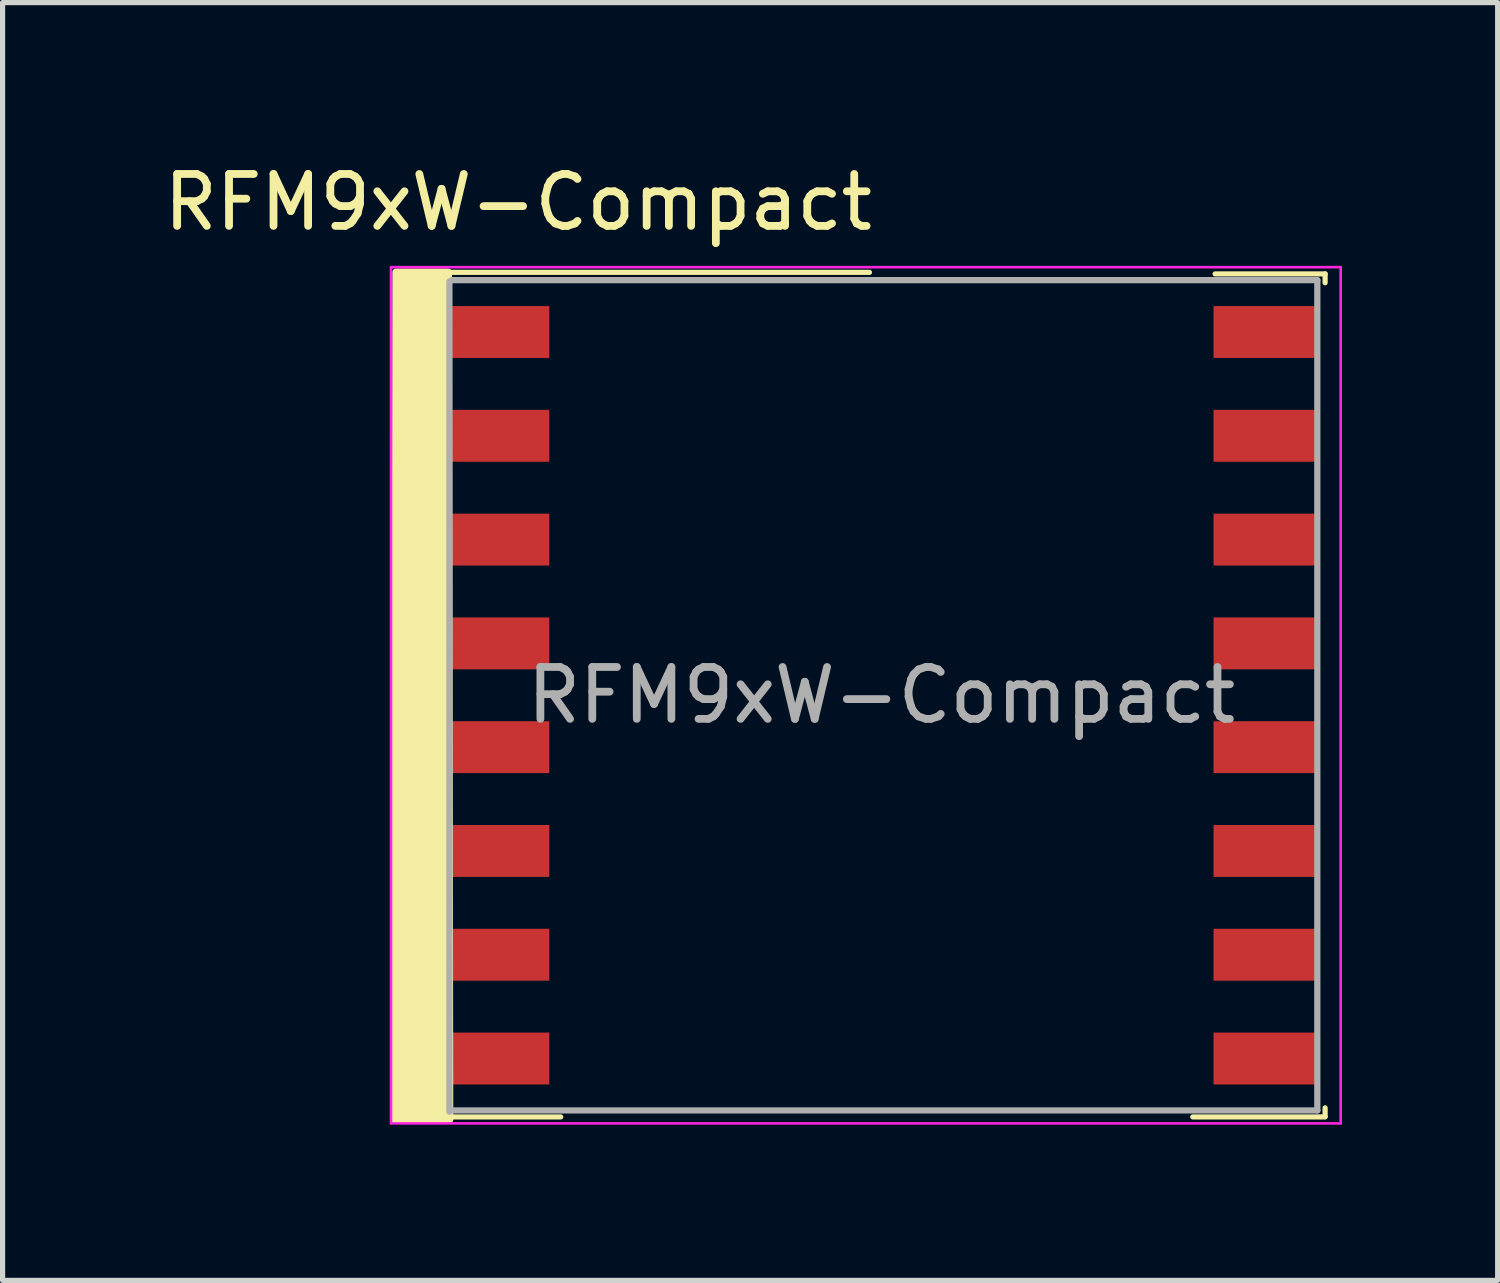
<source format=kicad_pcb>
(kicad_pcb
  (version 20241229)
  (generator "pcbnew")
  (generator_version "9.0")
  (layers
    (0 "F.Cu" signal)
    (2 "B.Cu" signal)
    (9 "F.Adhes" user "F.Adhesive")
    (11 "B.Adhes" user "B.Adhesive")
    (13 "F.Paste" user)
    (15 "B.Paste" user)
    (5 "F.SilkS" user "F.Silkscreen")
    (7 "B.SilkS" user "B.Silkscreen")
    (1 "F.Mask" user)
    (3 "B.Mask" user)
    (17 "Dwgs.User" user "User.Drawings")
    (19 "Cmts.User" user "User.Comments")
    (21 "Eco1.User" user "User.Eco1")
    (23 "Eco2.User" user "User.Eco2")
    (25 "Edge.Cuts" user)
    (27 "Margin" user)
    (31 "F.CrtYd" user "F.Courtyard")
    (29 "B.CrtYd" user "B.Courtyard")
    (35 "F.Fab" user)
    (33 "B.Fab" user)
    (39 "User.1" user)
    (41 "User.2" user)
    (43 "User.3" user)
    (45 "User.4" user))
  (footprint "RFM9xW-Compact"
    (layer "F.Cu")
    (at 13.935 10.348)
    (property "Reference" "RFM9xW-Compact" (at -7 -9.5 0) (layer "F.SilkS") (effects (font (size 1 1) (thickness 0.15))))
    (attr smd)
    (fp_line (start -8.35 -8.15) (end -0.23 -8.15) (stroke (width 0.1) (type solid)) (layer "F.SilkS"))
    (fp_line (start -8.3 8.125) (end -6.18 8.125) (stroke (width 0.1) (type solid)) (layer "F.SilkS"))
    (fp_line (start 6 8.125) (end 8.55 8.125) (stroke (width 0.1) (type solid)) (layer "F.SilkS"))
    (fp_line (start 6.43 -8.12) (end 8.55 -8.12) (stroke (width 0.1) (type solid)) (layer "F.SilkS"))
    (fp_line (start 8.55 -8.12) (end 8.55 -7.95) (stroke (width 0.1) (type solid)) (layer "F.SilkS"))
    (fp_line (start 8.55 8.12) (end 8.55 7.95) (stroke (width 0.1) (type solid)) (layer "F.SilkS"))
    (fp_poly (pts (xy -9.35 -8.15) (xy -8.35 -8.15) (xy -8.325 8.175) (xy -9.375 8.175)) (stroke (width 0.15) (type solid)) (fill yes) (layer "F.SilkS"))
    (fp_line (start -9.45 -8.25) (end 8.85 -8.25) (stroke (width 0.05) (type solid)) (layer "F.CrtYd"))
    (fp_line (start -9.45 8.25) (end -9.45 -8.25) (stroke (width 0.05) (type solid)) (layer "F.CrtYd"))
    (fp_line (start -9.45 8.25) (end 8.85 8.25) (stroke (width 0.05) (type solid)) (layer "F.CrtYd"))
    (fp_line (start 8.85 -8.25) (end 8.85 8.25) (stroke (width 0.05) (type solid)) (layer "F.CrtYd"))
    (fp_line (start -8.325 8.025) (end -8.325 -7.975) (stroke (width 0.12) (type solid)) (layer "F.Fab"))
    (fp_line (start -8.3 8) (end 8.4 8) (stroke (width 0.12) (type solid)) (layer "F.Fab"))
    (fp_line (start -8.275 -8) (end 8.4 -8) (stroke (width 0.12) (type solid)) (layer "F.Fab"))
    (fp_line (start 8.4 8) (end 8.4 -8) (stroke (width 0.12) (type solid)) (layer "F.Fab"))
    (fp_text user "${REFERENCE}" (at 0 0 0) (layer "F.Fab") (effects (font (size 1 1) (thickness 0.15))))
    (pad "1" smd rect (at -7.4 -7) (size 2 1) (layers "F.Cu" "F.Mask" "F.Paste"))
    (pad "2" smd rect (at -7.4 -5) (size 2 1) (layers "F.Cu" "F.Mask" "F.Paste"))
    (pad "3" smd rect (at -7.4 -3) (size 2 1) (layers "F.Cu" "F.Mask" "F.Paste"))
    (pad "4" smd rect (at -7.4 -1) (size 2 1) (layers "F.Cu" "F.Mask" "F.Paste"))
    (pad "5" smd rect (at -7.4 1) (size 2 1) (layers "F.Cu" "F.Mask" "F.Paste"))
    (pad "6" smd rect (at -7.4 3) (size 2 1) (layers "F.Cu" "F.Mask" "F.Paste"))
    (pad "7" smd rect (at -7.4 5) (size 2 1) (layers "F.Cu" "F.Mask" "F.Paste"))
    (pad "8" smd rect (at -7.4 7) (size 2 1) (layers "F.Cu" "F.Mask" "F.Paste"))
    (pad "9" smd rect (at 7.4 7) (size 2 1) (layers "F.Cu" "F.Mask" "F.Paste"))
    (pad "10" smd rect (at 7.4 5) (size 2 1) (layers "F.Cu" "F.Mask" "F.Paste"))
    (pad "11" smd rect (at 7.4 3) (size 2 1) (layers "F.Cu" "F.Mask" "F.Paste"))
    (pad "12" smd rect (at 7.4 1) (size 2 1) (layers "F.Cu" "F.Mask" "F.Paste"))
    (pad "13" smd rect (at 7.4 -1) (size 2 1) (layers "F.Cu" "F.Mask" "F.Paste"))
    (pad "14" smd rect (at 7.4 -3) (size 2 1) (layers "F.Cu" "F.Mask" "F.Paste"))
    (pad "15" smd rect (at 7.4 -5) (size 2 1) (layers "F.Cu" "F.Mask" "F.Paste"))
    (pad "16" smd rect (at 7.4 -7) (size 2 1) (layers "F.Cu" "F.Mask" "F.Paste")))
  (gr_rect
    (start -3 -3)
    (end 25.81 21.623)
    (stroke (width 0.1) (type default))
    (fill no)
    (layer "Edge.Cuts")))
</source>
